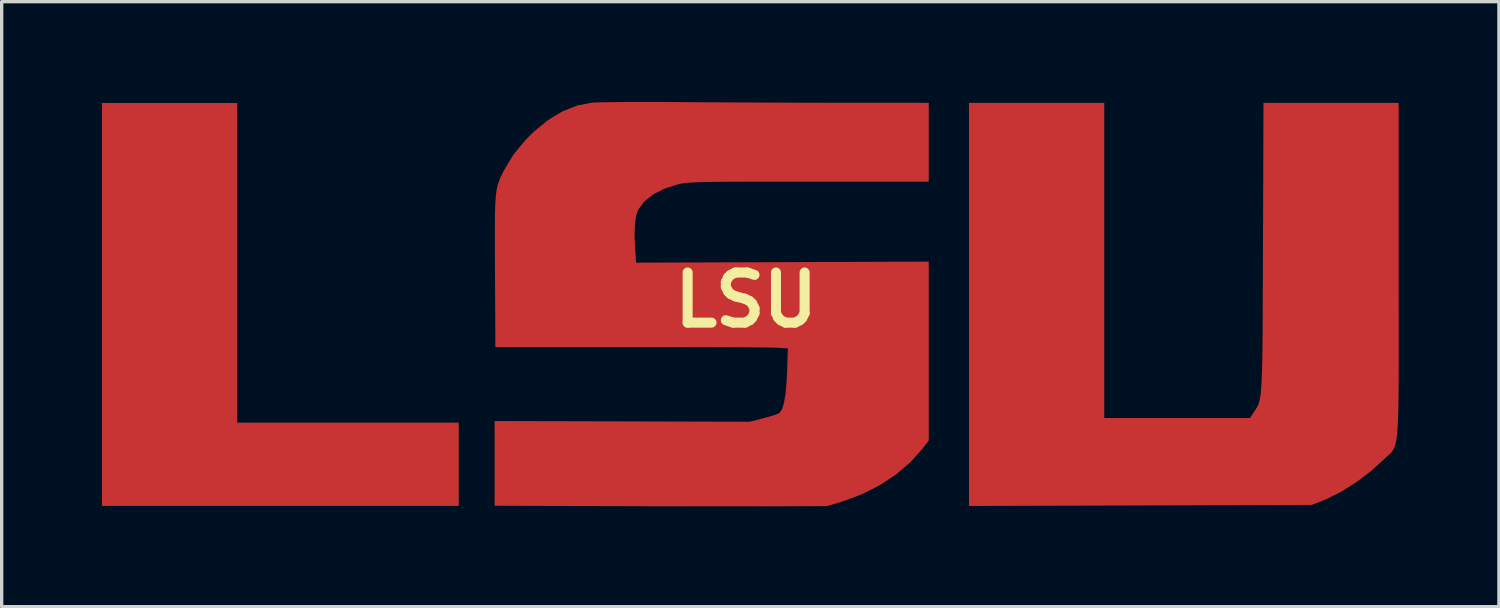
<source format=kicad_pcb>
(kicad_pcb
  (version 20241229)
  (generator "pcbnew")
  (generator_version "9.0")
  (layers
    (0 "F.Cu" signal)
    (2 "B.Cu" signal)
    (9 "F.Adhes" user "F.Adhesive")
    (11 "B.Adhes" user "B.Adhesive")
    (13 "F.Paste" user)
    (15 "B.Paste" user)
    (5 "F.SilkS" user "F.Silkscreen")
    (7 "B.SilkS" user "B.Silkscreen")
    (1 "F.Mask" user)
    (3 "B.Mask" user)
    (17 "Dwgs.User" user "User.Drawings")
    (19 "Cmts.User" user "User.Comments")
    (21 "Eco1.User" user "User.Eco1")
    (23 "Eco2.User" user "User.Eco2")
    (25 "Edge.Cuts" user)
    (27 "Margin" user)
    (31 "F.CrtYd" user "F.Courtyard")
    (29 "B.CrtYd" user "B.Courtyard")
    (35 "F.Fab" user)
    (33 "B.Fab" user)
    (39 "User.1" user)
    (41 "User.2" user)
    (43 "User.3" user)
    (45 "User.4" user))
  (footprint "LSU"
    (layer "F.Cu")
    (at 19.275 5.925)
    (property "Reference" "LSU" (at 0 0 0) (layer "F.SilkS") (effects (font (size 1.5 1.5) (thickness 0.3))))
    (attr board_only exclude_from_pos_files exclude_from_bom)
    (fp_poly (pts (xy -15.227 -1.111) (xy -15.227 3.671) (xy -11.913 3.671) (xy -8.599 3.671) (xy -8.599 4.916) (xy -8.599 6.162) (xy -13.937 6.162) (xy -19.275 6.162) (xy -19.275 0.134) (xy -19.275 -5.893) (xy -17.251 -5.893) (xy -15.227 -5.893)) (stroke (width 0) (type solid)) (fill yes) (layer "F.Cu"))
    (fp_poly (pts (xy 10.716 -1.182) (xy 10.716 3.533) (xy 12.895 3.533) (xy 15.074 3.533) (xy 15.189 3.36) (xy 15.231 3.297) (xy 15.268 3.239) (xy 15.301 3.181) (xy 15.329 3.116) (xy 15.354 3.039) (xy 15.375 2.945) (xy 15.393 2.829) (xy 15.408 2.684) (xy 15.42 2.506) (xy 15.43 2.289) (xy 15.438 2.027) (xy 15.445 1.716) (xy 15.45 1.348) (xy 15.454 0.92) (xy 15.457 0.425) (xy 15.459 -0.141) (xy 15.462 -0.785) (xy 15.464 -1.512) (xy 15.465 -1.593) (xy 15.48 -5.897) (xy 17.502 -5.897) (xy 19.524 -5.897) (xy 19.524 -0.869) (xy 19.524 -0.079) (xy 19.525 0.627) (xy 19.525 1.254) (xy 19.525 1.807) (xy 19.524 2.292) (xy 19.522 2.712) (xy 19.518 3.074) (xy 19.512 3.383) (xy 19.503 3.642) (xy 19.491 3.858) (xy 19.476 4.036) (xy 19.457 4.18) (xy 19.434 4.295) (xy 19.406 4.387) (xy 19.374 4.461) (xy 19.336 4.522) (xy 19.292 4.574) (xy 19.242 4.623) (xy 19.186 4.674) (xy 19.122 4.731) (xy 19.07 4.782) (xy 18.682 5.132) (xy 18.25 5.457) (xy 17.8 5.74) (xy 17.354 5.963) (xy 17.213 6.021) (xy 16.922 6.133) (xy 11.795 6.149) (xy 6.668 6.164) (xy 6.668 0.134) (xy 6.668 -5.897) (xy 8.692 -5.897) (xy 10.716 -5.897)) (stroke (width 0) (type solid)) (fill yes) (layer "F.Cu"))
    (fp_poly (pts (xy -2.55 -5.924) (xy -2.093 -5.921) (xy -1.942 -5.92) (xy -1.402 -5.916) (xy -0.795 -5.912) (xy -0.142 -5.909) (xy 0.535 -5.906) (xy 1.215 -5.903) (xy 1.874 -5.901) (xy 2.493 -5.9) (xy 2.94 -5.899) (xy 5.464 -5.898) (xy 5.464 -4.719) (xy 5.464 -3.54) (xy 1.868 -3.54) (xy 1.216 -3.54) (xy 0.646 -3.54) (xy 0.153 -3.539) (xy -0.27 -3.538) (xy -0.629 -3.536) (xy -0.93 -3.533) (xy -1.18 -3.529) (xy -1.385 -3.524) (xy -1.551 -3.518) (xy -1.685 -3.511) (xy -1.792 -3.502) (xy -1.879 -3.492) (xy -1.953 -3.479) (xy -2.019 -3.465) (xy -2.064 -3.454) (xy -2.46 -3.324) (xy -2.789 -3.154) (xy -3.045 -2.949) (xy -3.223 -2.712) (xy -3.232 -2.695) (xy -3.294 -2.509) (xy -3.329 -2.244) (xy -3.338 -1.908) (xy -3.323 -1.578) (xy -3.292 -1.116) (xy 1.086 -1.131) (xy 5.464 -1.147) (xy 5.464 1.53) (xy 5.464 4.207) (xy 5.267 4.463) (xy 4.906 4.864) (xy 4.474 5.23) (xy 3.981 5.553) (xy 3.439 5.824) (xy 2.863 6.037) (xy 2.817 6.051) (xy 2.417 6.169) (xy 0.571 6.174) (xy 0.193 6.175) (xy -0.259 6.175) (xy -0.773 6.175) (xy -1.334 6.175) (xy -1.928 6.174) (xy -2.541 6.173) (xy -3.16 6.172) (xy -3.769 6.17) (xy -4.356 6.168) (xy -4.4 6.168) (xy -7.525 6.157) (xy -7.525 4.89) (xy -7.525 3.623) (xy -3.71 3.633) (xy 0.104 3.644) (xy 0.51 3.541) (xy 0.697 3.49) (xy 0.857 3.44) (xy 0.966 3.398) (xy 0.993 3.383) (xy 1.069 3.28) (xy 1.131 3.091) (xy 1.178 2.817) (xy 1.211 2.456) (xy 1.226 2.146) (xy 1.25 1.45) (xy 0.922 1.429) (xy 0.829 1.426) (xy 0.654 1.423) (xy 0.404 1.421) (xy 0.087 1.418) (xy -0.293 1.416) (xy -0.726 1.414) (xy -1.207 1.412) (xy -1.728 1.411) (xy -2.283 1.41) (xy -2.864 1.41) (xy -3.455 1.409) (xy -7.503 1.41) (xy -7.514 -0.852) (xy -7.517 -1.382) (xy -7.518 -1.831) (xy -7.518 -2.208) (xy -7.515 -2.522) (xy -7.509 -2.78) (xy -7.498 -2.992) (xy -7.483 -3.166) (xy -7.462 -3.31) (xy -7.434 -3.433) (xy -7.399 -3.543) (xy -7.357 -3.648) (xy -7.305 -3.758) (xy -7.244 -3.88) (xy -7.237 -3.893) (xy -6.959 -4.353) (xy -6.597 -4.793) (xy -6.346 -5.041) (xy -5.923 -5.385) (xy -5.495 -5.643) (xy -5.06 -5.815) (xy -4.639 -5.9) (xy -4.529 -5.908) (xy -4.34 -5.914) (xy -4.081 -5.918) (xy -3.763 -5.922) (xy -3.395 -5.924) (xy -2.988 -5.925)) (stroke (width 0) (type solid)) (fill yes) (layer "F.Cu"))
    (fp_poly (pts (xy -15.224 -1.113) (xy -15.224 3.669) (xy -11.91 3.669) (xy -8.596 3.669) (xy -8.596 4.914) (xy -8.596 6.16) (xy -13.934 6.16) (xy -19.272 6.16) (xy -19.272 0.132) (xy -19.272 -5.895) (xy -17.248 -5.895) (xy -15.224 -5.895)) (stroke (width 0) (type solid)) (fill yes) (layer "F.Mask"))
    (fp_poly (pts (xy 10.71 -1.18) (xy 10.71 3.535) (xy 12.889 3.535) (xy 15.068 3.535) (xy 15.183 3.362) (xy 15.225 3.299) (xy 15.262 3.241) (xy 15.294 3.182) (xy 15.323 3.117) (xy 15.348 3.041) (xy 15.369 2.947) (xy 15.387 2.831) (xy 15.402 2.686) (xy 15.414 2.508) (xy 15.424 2.291) (xy 15.432 2.029) (xy 15.439 1.717) (xy 15.444 1.35) (xy 15.447 0.922) (xy 15.451 0.427) (xy 15.453 -0.139) (xy 15.455 -0.784) (xy 15.458 -1.511) (xy 15.458 -1.591) (xy 15.473 -5.895) (xy 17.496 -5.895) (xy 19.518 -5.895) (xy 19.518 -0.867) (xy 19.518 -0.077) (xy 19.519 0.629) (xy 19.519 1.256) (xy 19.519 1.809) (xy 19.518 2.293) (xy 19.516 2.714) (xy 19.512 3.076) (xy 19.505 3.384) (xy 19.497 3.644) (xy 19.485 3.86) (xy 19.47 4.037) (xy 19.451 4.181) (xy 19.428 4.297) (xy 19.4 4.389) (xy 19.368 4.463) (xy 19.33 4.523) (xy 19.286 4.576) (xy 19.236 4.625) (xy 19.179 4.675) (xy 19.116 4.733) (xy 19.064 4.783) (xy 18.676 5.134) (xy 18.244 5.459) (xy 17.793 5.741) (xy 17.348 5.965) (xy 17.207 6.023) (xy 16.915 6.135) (xy 11.789 6.15) (xy 6.662 6.166) (xy 6.662 0.135) (xy 6.662 -5.895) (xy 8.686 -5.895) (xy 10.71 -5.895)) (stroke (width 0) (type solid)) (fill yes) (layer "F.Mask"))
    (fp_poly (pts (xy -2.554 -5.921) (xy -2.096 -5.919) (xy -1.946 -5.918) (xy -1.405 -5.914) (xy -0.798 -5.91) (xy -0.145 -5.906) (xy 0.532 -5.903) (xy 1.211 -5.901) (xy 1.871 -5.899) (xy 2.49 -5.897) (xy 2.937 -5.897) (xy 5.461 -5.895) (xy 5.461 -4.716) (xy 5.461 -3.538) (xy 1.865 -3.538) (xy 1.213 -3.538) (xy 0.643 -3.537) (xy 0.15 -3.536) (xy -0.273 -3.535) (xy -0.632 -3.533) (xy -0.933 -3.53) (xy -1.183 -3.527) (xy -1.388 -3.522) (xy -1.554 -3.516) (xy -1.688 -3.509) (xy -1.795 -3.5) (xy -1.883 -3.489) (xy -1.956 -3.477) (xy -2.022 -3.463) (xy -2.068 -3.452) (xy -2.463 -3.321) (xy -2.792 -3.152) (xy -3.048 -2.947) (xy -3.226 -2.71) (xy -3.235 -2.693) (xy -3.297 -2.506) (xy -3.333 -2.242) (xy -3.341 -1.906) (xy -3.327 -1.575) (xy -3.295 -1.113) (xy 1.083 -1.129) (xy 5.461 -1.144) (xy 5.461 1.532) (xy 5.461 4.209) (xy 5.264 4.466) (xy 4.903 4.867) (xy 4.47 5.233) (xy 3.977 5.555) (xy 3.436 5.827) (xy 2.859 6.04) (xy 2.814 6.053) (xy 2.414 6.172) (xy 0.568 6.177) (xy 0.19 6.178) (xy -0.263 6.178) (xy -0.776 6.178) (xy -1.337 6.178) (xy -1.931 6.177) (xy -2.545 6.176) (xy -3.163 6.174) (xy -3.773 6.173) (xy -4.359 6.171) (xy -4.403 6.171) (xy -7.528 6.159) (xy -7.528 4.892) (xy -7.528 3.626) (xy -3.714 3.636) (xy 0.101 3.646) (xy 0.507 3.544) (xy 0.694 3.493) (xy 0.854 3.443) (xy 0.963 3.401) (xy 0.99 3.386) (xy 1.066 3.282) (xy 1.128 3.094) (xy 1.175 2.819) (xy 1.208 2.458) (xy 1.223 2.149) (xy 1.247 1.452) (xy 0.918 1.432) (xy 0.826 1.429) (xy 0.651 1.426) (xy 0.401 1.423) (xy 0.083 1.421) (xy -0.296 1.418) (xy -0.729 1.417) (xy -1.21 1.415) (xy -1.731 1.414) (xy -2.286 1.413) (xy -2.867 1.412) (xy -3.458 1.412) (xy -7.506 1.413) (xy -7.517 -0.849) (xy -7.52 -1.379) (xy -7.522 -1.828) (xy -7.521 -2.206) (xy -7.518 -2.519) (xy -7.512 -2.778) (xy -7.502 -2.99) (xy -7.486 -3.163) (xy -7.465 -3.307) (xy -7.437 -3.43) (xy -7.403 -3.54) (xy -7.36 -3.646) (xy -7.308 -3.756) (xy -7.247 -3.878) (xy -7.24 -3.891) (xy -6.962 -4.35) (xy -6.6 -4.79) (xy -6.35 -5.038) (xy -5.926 -5.383) (xy -5.499 -5.64) (xy -5.063 -5.812) (xy -4.642 -5.898) (xy -4.532 -5.905) (xy -4.343 -5.911) (xy -4.084 -5.916) (xy -3.766 -5.919) (xy -3.399 -5.921) (xy -2.991 -5.922)) (stroke (width 0) (type solid)) (fill yes) (layer "F.Mask")))
  (gr_rect
    (start -3 -3)
    (end 41.8 15.103)
    (stroke (width 0.1) (type default))
    (fill no)
    (layer "Edge.Cuts")))
</source>
